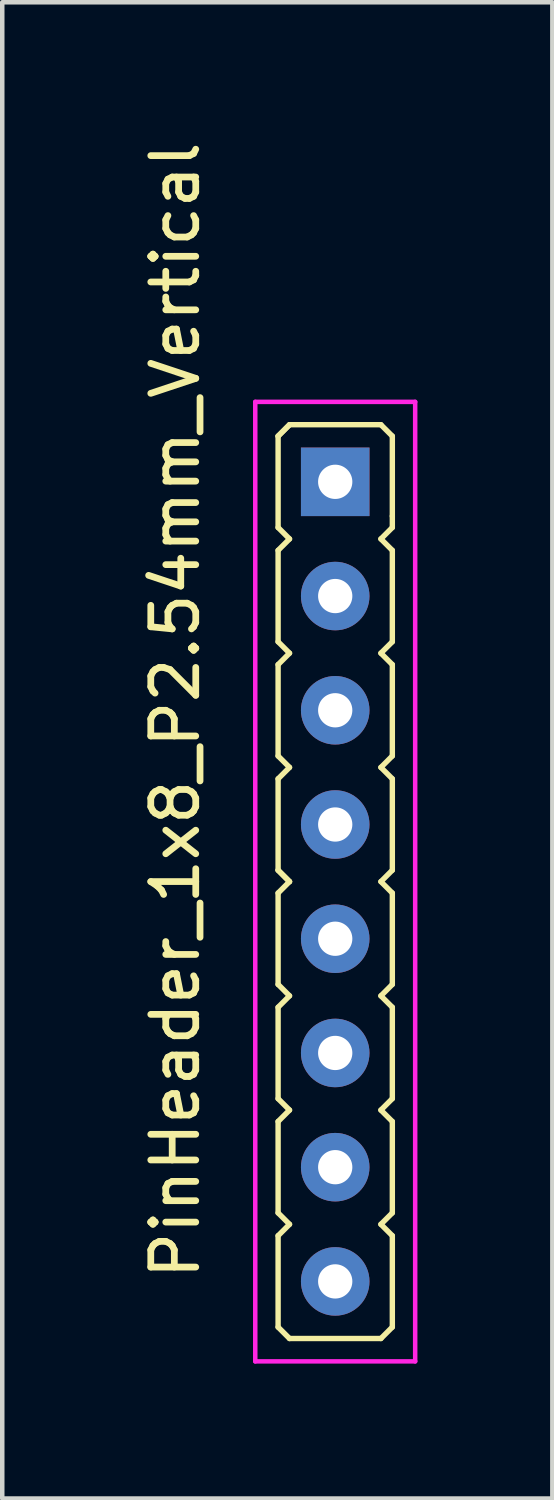
<source format=kicad_pcb>
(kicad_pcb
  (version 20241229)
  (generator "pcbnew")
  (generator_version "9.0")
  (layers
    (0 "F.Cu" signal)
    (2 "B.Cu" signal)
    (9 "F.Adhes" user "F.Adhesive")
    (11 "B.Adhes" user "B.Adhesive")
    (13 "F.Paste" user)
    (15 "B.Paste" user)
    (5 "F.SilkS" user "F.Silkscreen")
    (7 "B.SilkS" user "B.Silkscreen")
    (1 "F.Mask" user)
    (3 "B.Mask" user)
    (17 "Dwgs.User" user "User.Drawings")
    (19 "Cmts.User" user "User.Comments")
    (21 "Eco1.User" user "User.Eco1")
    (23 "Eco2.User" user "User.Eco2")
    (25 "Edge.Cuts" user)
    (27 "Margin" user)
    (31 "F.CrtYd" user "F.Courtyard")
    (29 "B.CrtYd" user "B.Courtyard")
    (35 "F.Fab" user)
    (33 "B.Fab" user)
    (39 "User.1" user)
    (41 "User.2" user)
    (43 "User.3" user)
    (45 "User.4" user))
  (footprint "PinHeader_1x8_P2.54mm_Vertical"
    (layer "F.Cu")
    (at 4.404 12.744)
    (property "Reference" "PinHeader_1x8_P2.54mm_Vertical" (at -3.556 0 90) (layer "F.SilkS") (effects (font (size 1 1) (thickness 0.15))))
    (attr through_hole)
    (fp_line (start -1.27 -6.096) (end -1.016 -6.35) (stroke (width 0.12) (type solid)) (layer "F.SilkS"))
    (fp_line (start -1.27 -6.096) (end -1.016 -6.35) (stroke (width 0.12) (type solid)) (layer "F.SilkS"))
    (fp_line (start -1.27 -4.064) (end -1.27 -6.096) (stroke (width 0.12) (type solid)) (layer "F.SilkS"))
    (fp_line (start -1.27 -3.556) (end -1.016 -3.81) (stroke (width 0.12) (type solid)) (layer "F.SilkS"))
    (fp_line (start -1.27 -1.524) (end -1.27 -3.556) (stroke (width 0.12) (type solid)) (layer "F.SilkS"))
    (fp_line (start -1.27 -1.016) (end -1.016 -1.27) (stroke (width 0.12) (type solid)) (layer "F.SilkS"))
    (fp_line (start -1.27 1.016) (end -1.27 -1.016) (stroke (width 0.12) (type solid)) (layer "F.SilkS"))
    (fp_line (start -1.27 1.524) (end -1.016 1.27) (stroke (width 0.12) (type solid)) (layer "F.SilkS"))
    (fp_line (start -1.27 3.556) (end -1.27 1.524) (stroke (width 0.12) (type solid)) (layer "F.SilkS"))
    (fp_line (start -1.27 4.064) (end -1.016 3.81) (stroke (width 0.12) (type solid)) (layer "F.SilkS"))
    (fp_line (start -1.27 6.096) (end -1.27 4.064) (stroke (width 0.12) (type solid)) (layer "F.SilkS"))
    (fp_line (start -1.27 6.096) (end -1.016 6.35) (stroke (width 0.12) (type solid)) (layer "F.SilkS"))
    (fp_line (start -1.27 6.604) (end -1.27 8.636) (stroke (width 0.12) (type solid)) (layer "F.SilkS"))
    (fp_line (start -1.27 6.604) (end -1.016 6.35) (stroke (width 0.12) (type solid)) (layer "F.SilkS"))
    (fp_line (start -1.27 9.144) (end -1.27 11.176) (stroke (width 0.12) (type solid)) (layer "F.SilkS"))
    (fp_line (start -1.27 9.144) (end -1.016 8.89) (stroke (width 0.12) (type solid)) (layer "F.SilkS"))
    (fp_line (start -1.27 13.716) (end -1.27 11.684) (stroke (width 0.12) (type solid)) (layer "F.SilkS"))
    (fp_line (start -1.016 -3.81) (end -1.27 -4.064) (stroke (width 0.12) (type solid)) (layer "F.SilkS"))
    (fp_line (start -1.016 -1.27) (end -1.27 -1.524) (stroke (width 0.12) (type solid)) (layer "F.SilkS"))
    (fp_line (start -1.016 1.27) (end -1.27 1.016) (stroke (width 0.12) (type solid)) (layer "F.SilkS"))
    (fp_line (start -1.016 3.81) (end -1.27 3.556) (stroke (width 0.12) (type solid)) (layer "F.SilkS"))
    (fp_line (start -1.016 3.81) (end -1.27 3.556) (stroke (width 0.12) (type solid)) (layer "F.SilkS"))
    (fp_line (start -1.016 8.89) (end -1.27 8.636) (stroke (width 0.12) (type solid)) (layer "F.SilkS"))
    (fp_line (start -1.016 11.43) (end -1.27 11.176) (stroke (width 0.12) (type solid)) (layer "F.SilkS"))
    (fp_line (start -1.016 11.43) (end -1.27 11.684) (stroke (width 0.12) (type solid)) (layer "F.SilkS"))
    (fp_line (start -1.016 13.97) (end -1.27 13.716) (stroke (width 0.12) (type solid)) (layer "F.SilkS"))
    (fp_line (start -1.016 13.97) (end 1.016 13.97) (stroke (width 0.12) (type solid)) (layer "F.SilkS"))
    (fp_line (start 1.016 -6.35) (end -1.016 -6.35) (stroke (width 0.12) (type solid)) (layer "F.SilkS"))
    (fp_line (start 1.016 -3.81) (end 1.27 -3.556) (stroke (width 0.12) (type solid)) (layer "F.SilkS"))
    (fp_line (start 1.016 -1.27) (end 1.27 -1.016) (stroke (width 0.12) (type solid)) (layer "F.SilkS"))
    (fp_line (start 1.016 1.27) (end 1.27 1.524) (stroke (width 0.12) (type solid)) (layer "F.SilkS"))
    (fp_line (start 1.016 3.81) (end 1.27 4.064) (stroke (width 0.12) (type solid)) (layer "F.SilkS"))
    (fp_line (start 1.016 8.89) (end 1.27 8.636) (stroke (width 0.12) (type solid)) (layer "F.SilkS"))
    (fp_line (start 1.016 11.43) (end 1.27 11.176) (stroke (width 0.12) (type solid)) (layer "F.SilkS"))
    (fp_line (start 1.016 11.43) (end 1.27 11.684) (stroke (width 0.12) (type solid)) (layer "F.SilkS"))
    (fp_line (start 1.27 -6.096) (end 1.016 -6.35) (stroke (width 0.12) (type solid)) (layer "F.SilkS"))
    (fp_line (start 1.27 -6.096) (end 1.27 -4.318) (stroke (width 0.12) (type solid)) (layer "F.SilkS"))
    (fp_line (start 1.27 -4.318) (end 1.27 -4.064) (stroke (width 0.12) (type solid)) (layer "F.SilkS"))
    (fp_line (start 1.27 -4.064) (end 1.016 -3.81) (stroke (width 0.12) (type solid)) (layer "F.SilkS"))
    (fp_line (start 1.27 -3.556) (end 1.27 -1.524) (stroke (width 0.12) (type solid)) (layer "F.SilkS"))
    (fp_line (start 1.27 -1.524) (end 1.016 -1.27) (stroke (width 0.12) (type solid)) (layer "F.SilkS"))
    (fp_line (start 1.27 -1.016) (end 1.27 1.016) (stroke (width 0.12) (type solid)) (layer "F.SilkS"))
    (fp_line (start 1.27 1.016) (end 1.016 1.27) (stroke (width 0.12) (type solid)) (layer "F.SilkS"))
    (fp_line (start 1.27 1.524) (end 1.27 3.556) (stroke (width 0.12) (type solid)) (layer "F.SilkS"))
    (fp_line (start 1.27 3.556) (end 1.016 3.81) (stroke (width 0.12) (type solid)) (layer "F.SilkS"))
    (fp_line (start 1.27 4.064) (end 1.27 6.096) (stroke (width 0.12) (type solid)) (layer "F.SilkS"))
    (fp_line (start 1.27 6.096) (end 1.016 6.35) (stroke (width 0.12) (type solid)) (layer "F.SilkS"))
    (fp_line (start 1.27 6.604) (end 1.016 6.35) (stroke (width 0.12) (type solid)) (layer "F.SilkS"))
    (fp_line (start 1.27 6.604) (end 1.27 8.636) (stroke (width 0.12) (type solid)) (layer "F.SilkS"))
    (fp_line (start 1.27 9.144) (end 1.016 8.89) (stroke (width 0.12) (type solid)) (layer "F.SilkS"))
    (fp_line (start 1.27 9.144) (end 1.27 11.176) (stroke (width 0.12) (type solid)) (layer "F.SilkS"))
    (fp_line (start 1.27 11.684) (end 1.27 13.716) (stroke (width 0.12) (type solid)) (layer "F.SilkS"))
    (fp_line (start 1.27 13.716) (end 1.016 13.97) (stroke (width 0.12) (type solid)) (layer "F.SilkS"))
    (fp_line (start -1.778 14.478) (end -1.778 -6.858) (stroke (width 0.1) (type solid)) (layer "F.CrtYd"))
    (fp_line (start -1.778 14.478) (end 1.778 14.478) (stroke (width 0.1) (type solid)) (layer "F.CrtYd"))
    (fp_line (start 1.778 -6.858) (end -1.778 -6.858) (stroke (width 0.1) (type solid)) (layer "F.CrtYd"))
    (fp_line (start 1.778 -6.858) (end 1.778 14.478) (stroke (width 0.1) (type solid)) (layer "F.CrtYd"))
    (pad "1" thru_hole rect (at 0 -5.08) (size 1.524 1.524) (drill 0.762) (layers "*.Cu" "*.Mask"))
    (pad "2" thru_hole oval (at 0 -2.54) (size 1.524 1.524) (drill 0.762) (layers "*.Cu" "*.Mask"))
    (pad "3" thru_hole oval (at 0 0) (size 1.524 1.524) (drill 0.762) (layers "*.Cu" "*.Mask"))
    (pad "4" thru_hole oval (at 0 2.54) (size 1.524 1.524) (drill 0.762) (layers "*.Cu" "*.Mask"))
    (pad "5" thru_hole oval (at 0 5.08) (size 1.524 1.524) (drill 0.762) (layers "*.Cu" "*.Mask"))
    (pad "6" thru_hole oval (at 0 7.62) (size 1.524 1.524) (drill 0.762) (layers "*.Cu" "*.Mask"))
    (pad "7" thru_hole oval (at 0 10.16) (size 1.524 1.524) (drill 0.762) (layers "*.Cu" "*.Mask"))
    (pad "8" thru_hole oval (at 0 12.7) (size 1.524 1.524) (drill 0.762) (layers "*.Cu" "*.Mask")))
  (gr_rect
    (start -3 -3)
    (end 9.232 30.272)
    (stroke (width 0.1) (type default))
    (fill no)
    (layer "Edge.Cuts")))
</source>
